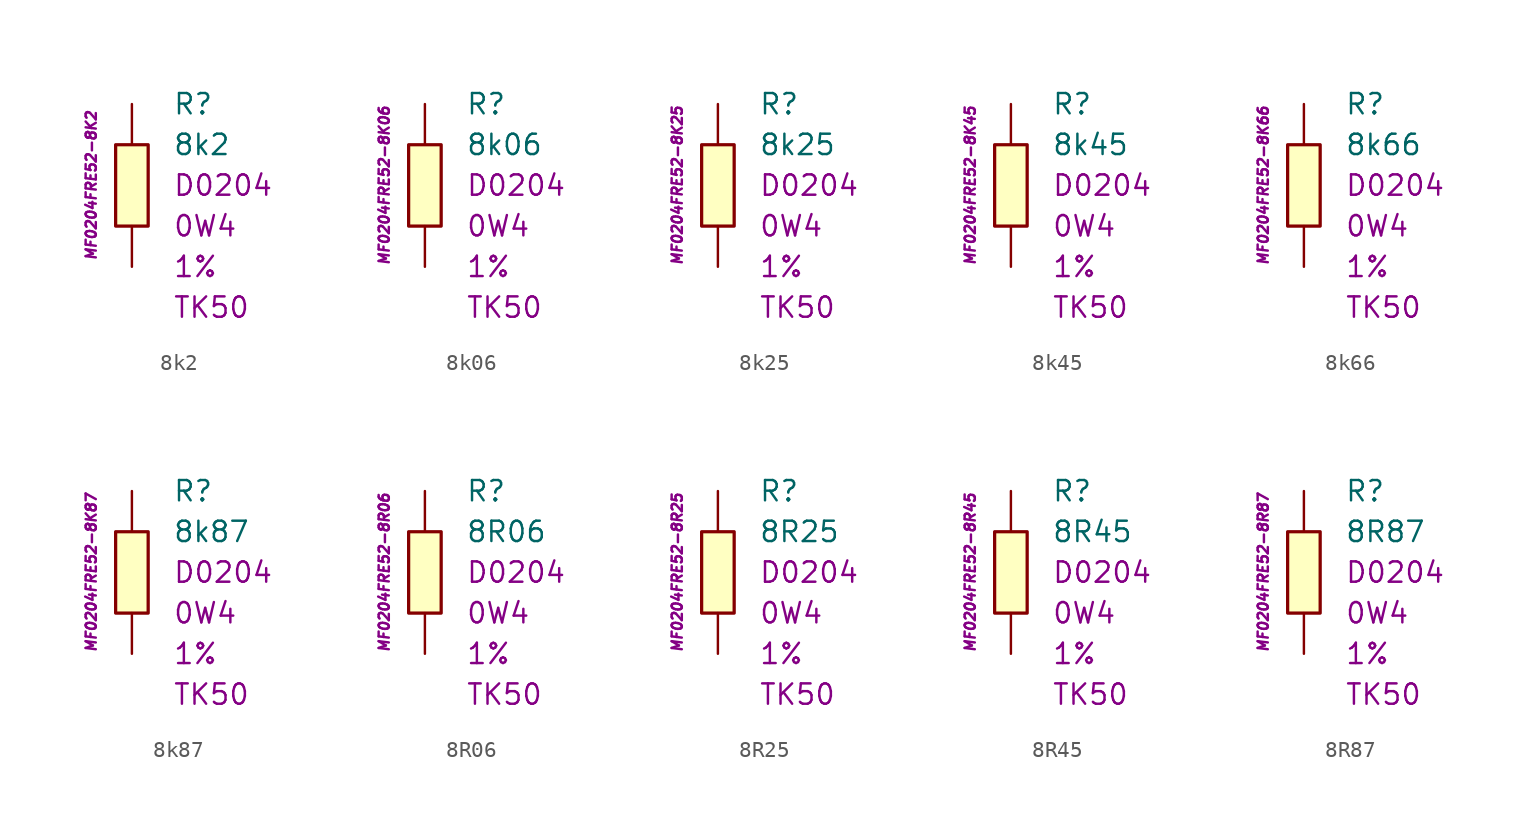
<source format=kicad_sym>
(kicad_symbol_lib
  (version 20201005)
  (generator kicad_symbol_editor)
  (symbol "8k2"
    (pin_numbers hide)
    (pin_names
      (offset 1.016) hide)
    (property "Reference" "R"
      (at 2.54 5.08 0)
      (effects (font (size 1.27 1.27)) (justify left)))
    (property "Value" "8k2"
      (at 2.54 2.54 0)
      (effects (font (size 1.27 1.27)) (justify left)))
    (property "Package" "D0204"
      (at 2.54 0 0)
      (effects (font (size 1.27 1.27)) (justify left)))
    (property "Power" "0W4"
      (at 2.54 -2.54 0)
      (effects (font (size 1.27 1.27)) (justify left)))
    (property "Tolerance" "1%"
      (at 2.54 -5.08 0)
      (effects (font (size 1.27 1.27)) (justify left)))
    (property "TK" "TK50"
      (at 2.54 -7.62 0)
      (effects (font (size 1.27 1.27)) (justify left)))
    (property "ID" "MF0204FRE52-8K2"
      (at -2.54 0 90)
      (effects (font (size 0.635 0.635) italic)))
    (symbol "8k2_0_1"
      (rectangle (start -1.016 2.54) (end 1.016 -2.54) (stroke (width 0.203)) (fill (type background))))
    (symbol "8k2_1_1"
      (pin passive line (at 0 5.08 270) (length 2.54) (name "~" (effects (font (size 1.778 1.778)))) (number "1" (effects (font (size 1.778 1.778)))))
      (pin passive line (at 0 -5.08 90) (length 2.54) (name "~" (effects (font (size 1.778 1.778)))) (number "2" (effects (font (size 1.778 1.778)))))))
  (symbol "8k06"
    (pin_numbers hide)
    (pin_names
      (offset 1.016) hide)
    (property "Reference" "R"
      (at 2.54 5.08 0)
      (effects (font (size 1.27 1.27)) (justify left)))
    (property "Value" "8k06"
      (at 2.54 2.54 0)
      (effects (font (size 1.27 1.27)) (justify left)))
    (property "Package" "D0204"
      (at 2.54 0 0)
      (effects (font (size 1.27 1.27)) (justify left)))
    (property "Power" "0W4"
      (at 2.54 -2.54 0)
      (effects (font (size 1.27 1.27)) (justify left)))
    (property "Tolerance" "1%"
      (at 2.54 -5.08 0)
      (effects (font (size 1.27 1.27)) (justify left)))
    (property "TK" "TK50"
      (at 2.54 -7.62 0)
      (effects (font (size 1.27 1.27)) (justify left)))
    (property "ID" "MF0204FRE52-8K06"
      (at -2.54 0 90)
      (effects (font (size 0.635 0.635) italic)))
    (symbol "8k06_0_1"
      (rectangle (start -1.016 2.54) (end 1.016 -2.54) (stroke (width 0.203)) (fill (type background))))
    (symbol "8k06_1_1"
      (pin passive line (at 0 5.08 270) (length 2.54) (name "~" (effects (font (size 1.778 1.778)))) (number "1" (effects (font (size 1.778 1.778)))))
      (pin passive line (at 0 -5.08 90) (length 2.54) (name "~" (effects (font (size 1.778 1.778)))) (number "2" (effects (font (size 1.778 1.778)))))))
  (symbol "8k25"
    (pin_numbers hide)
    (pin_names
      (offset 1.016) hide)
    (property "Reference" "R"
      (at 2.54 5.08 0)
      (effects (font (size 1.27 1.27)) (justify left)))
    (property "Value" "8k25"
      (at 2.54 2.54 0)
      (effects (font (size 1.27 1.27)) (justify left)))
    (property "Package" "D0204"
      (at 2.54 0 0)
      (effects (font (size 1.27 1.27)) (justify left)))
    (property "Power" "0W4"
      (at 2.54 -2.54 0)
      (effects (font (size 1.27 1.27)) (justify left)))
    (property "Tolerance" "1%"
      (at 2.54 -5.08 0)
      (effects (font (size 1.27 1.27)) (justify left)))
    (property "TK" "TK50"
      (at 2.54 -7.62 0)
      (effects (font (size 1.27 1.27)) (justify left)))
    (property "ID" "MF0204FRE52-8K25"
      (at -2.54 0 90)
      (effects (font (size 0.635 0.635) italic)))
    (symbol "8k25_0_1"
      (rectangle (start -1.016 2.54) (end 1.016 -2.54) (stroke (width 0.203)) (fill (type background))))
    (symbol "8k25_1_1"
      (pin passive line (at 0 5.08 270) (length 2.54) (name "~" (effects (font (size 1.778 1.778)))) (number "1" (effects (font (size 1.778 1.778)))))
      (pin passive line (at 0 -5.08 90) (length 2.54) (name "~" (effects (font (size 1.778 1.778)))) (number "2" (effects (font (size 1.778 1.778)))))))
  (symbol "8k45"
    (pin_numbers hide)
    (pin_names
      (offset 1.016) hide)
    (property "Reference" "R"
      (at 2.54 5.08 0)
      (effects (font (size 1.27 1.27)) (justify left)))
    (property "Value" "8k45"
      (at 2.54 2.54 0)
      (effects (font (size 1.27 1.27)) (justify left)))
    (property "Package" "D0204"
      (at 2.54 0 0)
      (effects (font (size 1.27 1.27)) (justify left)))
    (property "Power" "0W4"
      (at 2.54 -2.54 0)
      (effects (font (size 1.27 1.27)) (justify left)))
    (property "Tolerance" "1%"
      (at 2.54 -5.08 0)
      (effects (font (size 1.27 1.27)) (justify left)))
    (property "TK" "TK50"
      (at 2.54 -7.62 0)
      (effects (font (size 1.27 1.27)) (justify left)))
    (property "ID" "MF0204FRE52-8K45"
      (at -2.54 0 90)
      (effects (font (size 0.635 0.635) italic)))
    (symbol "8k45_0_1"
      (rectangle (start -1.016 2.54) (end 1.016 -2.54) (stroke (width 0.203)) (fill (type background))))
    (symbol "8k45_1_1"
      (pin passive line (at 0 5.08 270) (length 2.54) (name "~" (effects (font (size 1.778 1.778)))) (number "1" (effects (font (size 1.778 1.778)))))
      (pin passive line (at 0 -5.08 90) (length 2.54) (name "~" (effects (font (size 1.778 1.778)))) (number "2" (effects (font (size 1.778 1.778)))))))
  (symbol "8k66"
    (pin_numbers hide)
    (pin_names
      (offset 1.016) hide)
    (property "Reference" "R"
      (at 2.54 5.08 0)
      (effects (font (size 1.27 1.27)) (justify left)))
    (property "Value" "8k66"
      (at 2.54 2.54 0)
      (effects (font (size 1.27 1.27)) (justify left)))
    (property "Package" "D0204"
      (at 2.54 0 0)
      (effects (font (size 1.27 1.27)) (justify left)))
    (property "Power" "0W4"
      (at 2.54 -2.54 0)
      (effects (font (size 1.27 1.27)) (justify left)))
    (property "Tolerance" "1%"
      (at 2.54 -5.08 0)
      (effects (font (size 1.27 1.27)) (justify left)))
    (property "TK" "TK50"
      (at 2.54 -7.62 0)
      (effects (font (size 1.27 1.27)) (justify left)))
    (property "ID" "MF0204FRE52-8K66"
      (at -2.54 0 90)
      (effects (font (size 0.635 0.635) italic)))
    (symbol "8k66_0_1"
      (rectangle (start -1.016 2.54) (end 1.016 -2.54) (stroke (width 0.203)) (fill (type background))))
    (symbol "8k66_1_1"
      (pin passive line (at 0 5.08 270) (length 2.54) (name "~" (effects (font (size 1.778 1.778)))) (number "1" (effects (font (size 1.778 1.778)))))
      (pin passive line (at 0 -5.08 90) (length 2.54) (name "~" (effects (font (size 1.778 1.778)))) (number "2" (effects (font (size 1.778 1.778)))))))
  (symbol "8k87"
    (pin_numbers hide)
    (pin_names
      (offset 1.016) hide)
    (property "Reference" "R"
      (at 2.54 5.08 0)
      (effects (font (size 1.27 1.27)) (justify left)))
    (property "Value" "8k87"
      (at 2.54 2.54 0)
      (effects (font (size 1.27 1.27)) (justify left)))
    (property "Package" "D0204"
      (at 2.54 0 0)
      (effects (font (size 1.27 1.27)) (justify left)))
    (property "Power" "0W4"
      (at 2.54 -2.54 0)
      (effects (font (size 1.27 1.27)) (justify left)))
    (property "Tolerance" "1%"
      (at 2.54 -5.08 0)
      (effects (font (size 1.27 1.27)) (justify left)))
    (property "TK" "TK50"
      (at 2.54 -7.62 0)
      (effects (font (size 1.27 1.27)) (justify left)))
    (property "ID" "MF0204FRE52-8K87"
      (at -2.54 0 90)
      (effects (font (size 0.635 0.635) italic)))
    (symbol "8k87_0_1"
      (rectangle (start -1.016 2.54) (end 1.016 -2.54) (stroke (width 0.203)) (fill (type background))))
    (symbol "8k87_1_1"
      (pin passive line (at 0 5.08 270) (length 2.54) (name "~" (effects (font (size 1.778 1.778)))) (number "1" (effects (font (size 1.778 1.778)))))
      (pin passive line (at 0 -5.08 90) (length 2.54) (name "~" (effects (font (size 1.778 1.778)))) (number "2" (effects (font (size 1.778 1.778)))))))
  (symbol "8R06"
    (pin_numbers hide)
    (pin_names
      (offset 1.016) hide)
    (property "Reference" "R"
      (at 2.54 5.08 0)
      (effects (font (size 1.27 1.27)) (justify left)))
    (property "Value" "8R06"
      (at 2.54 2.54 0)
      (effects (font (size 1.27 1.27)) (justify left)))
    (property "Package" "D0204"
      (at 2.54 0 0)
      (effects (font (size 1.27 1.27)) (justify left)))
    (property "Power" "0W4"
      (at 2.54 -2.54 0)
      (effects (font (size 1.27 1.27)) (justify left)))
    (property "Tolerance" "1%"
      (at 2.54 -5.08 0)
      (effects (font (size 1.27 1.27)) (justify left)))
    (property "TK" "TK50"
      (at 2.54 -7.62 0)
      (effects (font (size 1.27 1.27)) (justify left)))
    (property "ID" "MF0204FRE52-8R06"
      (at -2.54 0 90)
      (effects (font (size 0.635 0.635) italic)))
    (symbol "8R06_0_1"
      (rectangle (start -1.016 2.54) (end 1.016 -2.54) (stroke (width 0.203)) (fill (type background))))
    (symbol "8R06_1_1"
      (pin passive line (at 0 5.08 270) (length 2.54) (name "~" (effects (font (size 1.778 1.778)))) (number "1" (effects (font (size 1.778 1.778)))))
      (pin passive line (at 0 -5.08 90) (length 2.54) (name "~" (effects (font (size 1.778 1.778)))) (number "2" (effects (font (size 1.778 1.778)))))))
  (symbol "8R25"
    (pin_numbers hide)
    (pin_names
      (offset 1.016) hide)
    (property "Reference" "R"
      (at 2.54 5.08 0)
      (effects (font (size 1.27 1.27)) (justify left)))
    (property "Value" "8R25"
      (at 2.54 2.54 0)
      (effects (font (size 1.27 1.27)) (justify left)))
    (property "Package" "D0204"
      (at 2.54 0 0)
      (effects (font (size 1.27 1.27)) (justify left)))
    (property "Power" "0W4"
      (at 2.54 -2.54 0)
      (effects (font (size 1.27 1.27)) (justify left)))
    (property "Tolerance" "1%"
      (at 2.54 -5.08 0)
      (effects (font (size 1.27 1.27)) (justify left)))
    (property "TK" "TK50"
      (at 2.54 -7.62 0)
      (effects (font (size 1.27 1.27)) (justify left)))
    (property "ID" "MF0204FRE52-8R25"
      (at -2.54 0 90)
      (effects (font (size 0.635 0.635) italic)))
    (symbol "8R25_0_1"
      (rectangle (start -1.016 2.54) (end 1.016 -2.54) (stroke (width 0.203)) (fill (type background))))
    (symbol "8R25_1_1"
      (pin passive line (at 0 5.08 270) (length 2.54) (name "~" (effects (font (size 1.778 1.778)))) (number "1" (effects (font (size 1.778 1.778)))))
      (pin passive line (at 0 -5.08 90) (length 2.54) (name "~" (effects (font (size 1.778 1.778)))) (number "2" (effects (font (size 1.778 1.778)))))))
  (symbol "8R45"
    (pin_numbers hide)
    (pin_names
      (offset 1.016) hide)
    (property "Reference" "R"
      (at 2.54 5.08 0)
      (effects (font (size 1.27 1.27)) (justify left)))
    (property "Value" "8R45"
      (at 2.54 2.54 0)
      (effects (font (size 1.27 1.27)) (justify left)))
    (property "Package" "D0204"
      (at 2.54 0 0)
      (effects (font (size 1.27 1.27)) (justify left)))
    (property "Power" "0W4"
      (at 2.54 -2.54 0)
      (effects (font (size 1.27 1.27)) (justify left)))
    (property "Tolerance" "1%"
      (at 2.54 -5.08 0)
      (effects (font (size 1.27 1.27)) (justify left)))
    (property "TK" "TK50"
      (at 2.54 -7.62 0)
      (effects (font (size 1.27 1.27)) (justify left)))
    (property "ID" "MF0204FRE52-8R45"
      (at -2.54 0 90)
      (effects (font (size 0.635 0.635) italic)))
    (symbol "8R45_0_1"
      (rectangle (start -1.016 2.54) (end 1.016 -2.54) (stroke (width 0.203)) (fill (type background))))
    (symbol "8R45_1_1"
      (pin passive line (at 0 5.08 270) (length 2.54) (name "~" (effects (font (size 1.778 1.778)))) (number "1" (effects (font (size 1.778 1.778)))))
      (pin passive line (at 0 -5.08 90) (length 2.54) (name "~" (effects (font (size 1.778 1.778)))) (number "2" (effects (font (size 1.778 1.778)))))))
  (symbol "8R87"
    (pin_numbers hide)
    (pin_names
      (offset 1.016) hide)
    (property "Reference" "R"
      (at 2.54 5.08 0)
      (effects (font (size 1.27 1.27)) (justify left)))
    (property "Value" "8R87"
      (at 2.54 2.54 0)
      (effects (font (size 1.27 1.27)) (justify left)))
    (property "Package" "D0204"
      (at 2.54 0 0)
      (effects (font (size 1.27 1.27)) (justify left)))
    (property "Power" "0W4"
      (at 2.54 -2.54 0)
      (effects (font (size 1.27 1.27)) (justify left)))
    (property "Tolerance" "1%"
      (at 2.54 -5.08 0)
      (effects (font (size 1.27 1.27)) (justify left)))
    (property "TK" "TK50"
      (at 2.54 -7.62 0)
      (effects (font (size 1.27 1.27)) (justify left)))
    (property "ID" "MF0204FRE52-8R87"
      (at -2.54 0 90)
      (effects (font (size 0.635 0.635) italic)))
    (symbol "8R87_0_1"
      (rectangle (start -1.016 2.54) (end 1.016 -2.54) (stroke (width 0.203)) (fill (type background))))
    (symbol "8R87_1_1"
      (pin passive line (at 0 5.08 270) (length 2.54) (name "~" (effects (font (size 1.778 1.778)))) (number "1" (effects (font (size 1.778 1.778)))))
      (pin passive line (at 0 -5.08 90) (length 2.54) (name "~" (effects (font (size 1.778 1.778)))) (number "2" (effects (font (size 1.778 1.778))))))))
</source>
